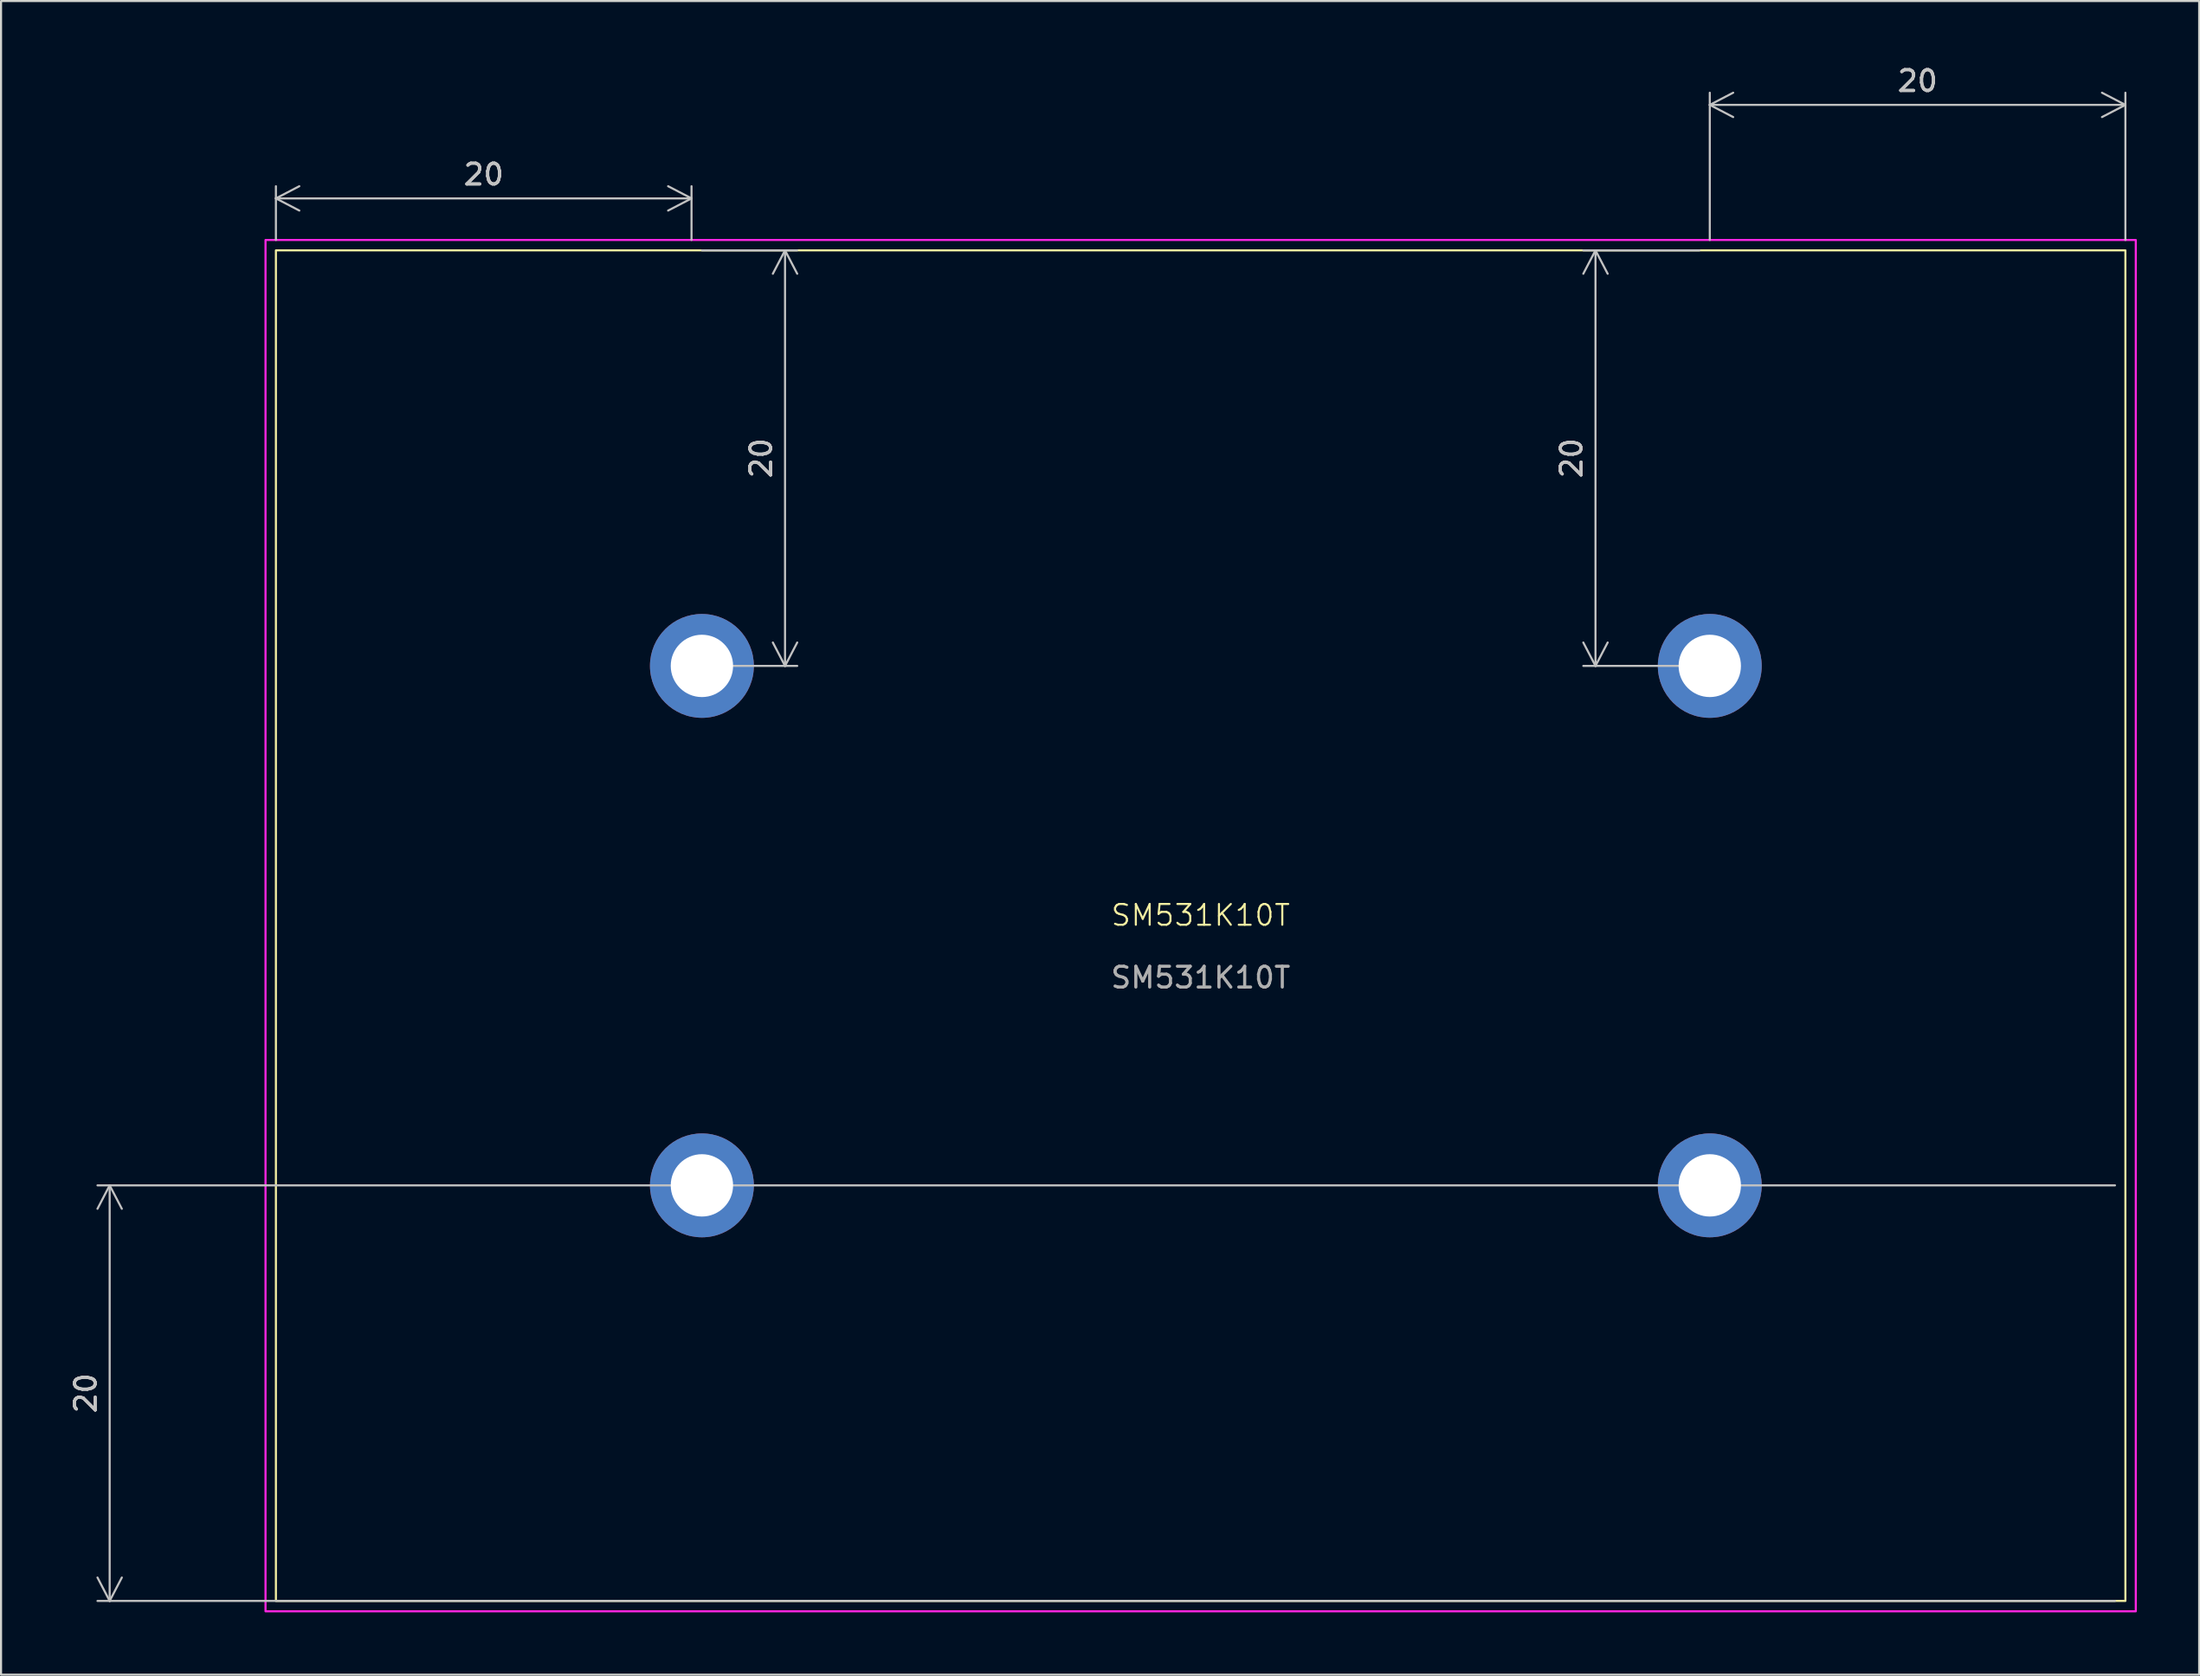
<source format=kicad_pcb>
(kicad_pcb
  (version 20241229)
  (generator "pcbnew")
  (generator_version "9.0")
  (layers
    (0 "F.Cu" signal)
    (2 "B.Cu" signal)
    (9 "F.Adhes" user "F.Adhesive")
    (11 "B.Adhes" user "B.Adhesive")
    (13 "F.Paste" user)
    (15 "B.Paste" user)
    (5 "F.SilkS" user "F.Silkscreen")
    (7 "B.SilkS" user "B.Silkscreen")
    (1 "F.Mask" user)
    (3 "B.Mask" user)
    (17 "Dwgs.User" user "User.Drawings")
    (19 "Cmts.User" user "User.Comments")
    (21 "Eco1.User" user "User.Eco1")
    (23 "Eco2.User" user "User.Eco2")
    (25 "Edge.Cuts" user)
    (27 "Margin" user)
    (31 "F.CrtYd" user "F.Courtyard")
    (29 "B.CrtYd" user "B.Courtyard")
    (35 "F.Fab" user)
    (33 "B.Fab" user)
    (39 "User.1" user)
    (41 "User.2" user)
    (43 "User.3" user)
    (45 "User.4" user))
  (footprint "SM531K10T"
    (layer "F.Cu")
    (at 79.227 53.998)
    (property "Reference" "SM531K10T" (at -24.5 -13 0) (unlocked yes) (layer "F.SilkS") (effects (font (size 1 1) (thickness 0.1))))
    (attr smd)
    (fp_rect (start -69 -45) (end 20 20) (stroke (width 0.1) (type solid)) (fill no) (layer "F.SilkS"))
    (fp_rect (start -69.5 -45.5) (end 20.5 20.5) (stroke (width 0.1) (type solid)) (fill no) (layer "F.CrtYd"))
    (fp_text user "${REFERENCE}" (at -24.5 -10 0) (unlocked yes) (layer "F.Fab") (effects (font (size 1 1) (thickness 0.15))))
    (dimension (type orthogonal) (layer "Dwgs.User") (pts (xy 99.227 8.998) (xy 79.227 8.998)) (height -7) (orientation 0) (format (prefix "") (suffix "") (units 3) (units_format 0) (precision 4) (suppress_zeroes yes)) (style (thickness 0.1) (arrow_length 1.27) (text_position_mode 0) (arrow_direction outward) (extension_height 0.586) (extension_offset 0.5) (keep_text_aligned yes)) (gr_text "20" (at 89.227 0.848 0) (layer "Dwgs.User") (effects (font (size 1 1) (thickness 0.15)))))
    (dimension (type orthogonal) (layer "Dwgs.User") (pts (xy 79.227 8.998) (xy 79.727 28.998)) (height -5.5) (orientation 1) (format (prefix "") (suffix "") (units 3) (units_format 0) (precision 4) (suppress_zeroes yes)) (style (thickness 0.1) (arrow_length 1.27) (text_position_mode 0) (arrow_direction outward) (extension_height 0.586) (extension_offset 0.5) (keep_text_aligned yes)) (gr_text "20" (at 72.577 18.998 90) (layer "Dwgs.User") (effects (font (size 1 1) (thickness 0.15)))))
    (dimension (type orthogonal) (layer "Dwgs.User") (pts (xy 99.227 73.998) (xy 99.227 53.998)) (height -97) (orientation 1) (format (prefix "") (suffix "") (units 3) (units_format 0) (precision 4) (suppress_zeroes yes)) (style (thickness 0.1) (arrow_length 1.27) (text_position_mode 0) (arrow_direction outward) (extension_height 0.586) (extension_offset 0.5) (keep_text_aligned yes)) (gr_text "20" (at 1.077 63.998 90) (layer "Dwgs.User") (effects (font (size 1 1) (thickness 0.15)))))
    (dimension (type orthogonal) (layer "Dwgs.User") (pts (xy 30.227 8.998) (xy 30.227 28.998)) (height 4.5) (orientation 1) (format (prefix "") (suffix "") (units 3) (units_format 0) (precision 4) (suppress_zeroes yes)) (style (thickness 0.1) (arrow_length 1.27) (text_position_mode 0) (arrow_direction outward) (extension_height 0.586) (extension_offset 0.5) (keep_text_aligned yes)) (gr_text "20" (at 33.577 18.998 90) (layer "Dwgs.User") (effects (font (size 1 1) (thickness 0.15)))))
    (dimension (type orthogonal) (layer "Dwgs.User") (pts (xy 10.227 8.998) (xy 30.227 8.998)) (height -2.5) (orientation 0) (format (prefix "") (suffix "") (units 3) (units_format 0) (precision 4) (suppress_zeroes yes)) (style (thickness 0.1) (arrow_length 1.27) (text_position_mode 0) (arrow_direction outward) (extension_height 0.586) (extension_offset 0.5) (keep_text_aligned yes)) (gr_text "20" (at 20.227 5.348 0) (layer "Dwgs.User") (effects (font (size 1 1) (thickness 0.15)))))
    (pad "1" thru_hole circle (at -48.5 0) (size 5 5) (drill 3) (layers "*.Cu" "*.Mask"))
    (pad "2" thru_hole circle (at -48.5 -25) (size 5 5) (drill 3) (layers "*.Cu" "*.Mask"))
    (pad "3" thru_hole circle (at 0 -25) (size 5 5) (drill 3) (layers "*.Cu" "*.Mask"))
    (pad "4" thru_hole circle (at 0 0) (size 5 5) (drill 3) (layers "*.Cu" "*.Mask")))
  (gr_rect
    (start -3 -3)
    (end 102.777 77.548)
    (stroke (width 0.1) (type default))
    (fill no)
    (layer "Edge.Cuts")))
</source>
